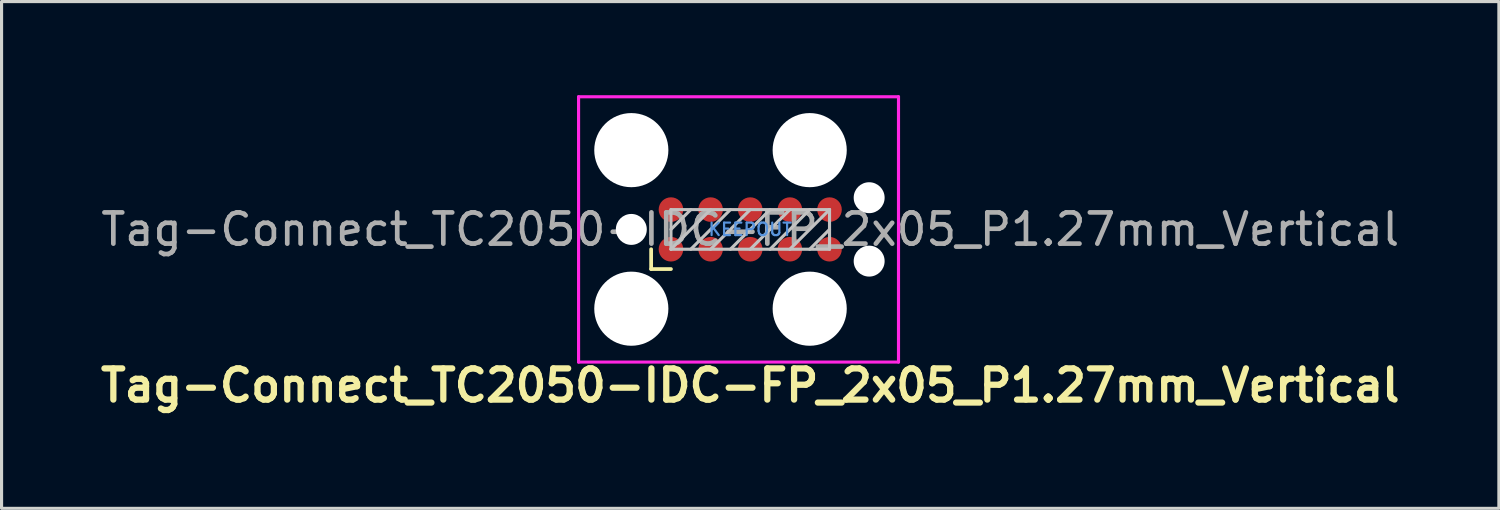
<source format=kicad_pcb>
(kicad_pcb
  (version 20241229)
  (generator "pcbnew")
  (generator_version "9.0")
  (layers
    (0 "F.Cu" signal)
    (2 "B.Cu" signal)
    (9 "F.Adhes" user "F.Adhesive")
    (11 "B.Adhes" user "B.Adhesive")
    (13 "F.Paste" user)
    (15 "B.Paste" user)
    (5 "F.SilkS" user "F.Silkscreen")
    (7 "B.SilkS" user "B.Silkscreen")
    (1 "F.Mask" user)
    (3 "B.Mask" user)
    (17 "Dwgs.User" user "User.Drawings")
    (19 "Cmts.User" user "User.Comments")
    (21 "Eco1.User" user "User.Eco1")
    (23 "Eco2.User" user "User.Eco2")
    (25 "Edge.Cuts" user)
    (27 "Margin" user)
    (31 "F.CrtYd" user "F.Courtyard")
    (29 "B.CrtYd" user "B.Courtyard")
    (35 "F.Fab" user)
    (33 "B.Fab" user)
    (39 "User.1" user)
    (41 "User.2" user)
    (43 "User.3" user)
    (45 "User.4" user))
  (footprint "Tag-Connect_TC2050-IDC-FP_2x05_P1.27mm_Vertical"
    (layer "F.Cu")
    (at 20.986 4.3)
    (property "Reference" "Tag-Connect_TC2050-IDC-FP_2x05_P1.27mm_Vertical" (at 0 5 0) (layer "F.SilkS") (effects (font (size 1 1) (thickness 0.2))))
    (attr exclude_from_pos_files exclude_from_bom)
    (fp_line (start -3.175 1.27) (end -3.175 0.635) (stroke (width 0.12) (type solid)) (layer "F.SilkS"))
    (fp_line (start -2.54 1.27) (end -3.175 1.27) (stroke (width 0.12) (type solid)) (layer "F.SilkS"))
    (fp_line (start -2.54 -0.635) (end 2.54 -0.635) (stroke (width 0.1) (type solid)) (layer "Dwgs.User"))
    (fp_line (start -2.54 0) (end -1.905 -0.635) (stroke (width 0.1) (type solid)) (layer "Dwgs.User"))
    (fp_line (start -2.54 0.635) (end -2.54 -0.635) (stroke (width 0.1) (type solid)) (layer "Dwgs.User"))
    (fp_line (start -2.54 0.635) (end -1.27 -0.635) (stroke (width 0.1) (type solid)) (layer "Dwgs.User"))
    (fp_line (start -1.905 0.635) (end -0.635 -0.635) (stroke (width 0.1) (type solid)) (layer "Dwgs.User"))
    (fp_line (start -1.27 0.635) (end 0 -0.635) (stroke (width 0.1) (type solid)) (layer "Dwgs.User"))
    (fp_line (start -0.635 0.635) (end 0.635 -0.635) (stroke (width 0.1) (type solid)) (layer "Dwgs.User"))
    (fp_line (start 0 0.635) (end 1.27 -0.635) (stroke (width 0.1) (type solid)) (layer "Dwgs.User"))
    (fp_line (start 0.635 0.635) (end 1.905 -0.635) (stroke (width 0.1) (type solid)) (layer "Dwgs.User"))
    (fp_line (start 1.27 0.635) (end 2.54 -0.635) (stroke (width 0.1) (type solid)) (layer "Dwgs.User"))
    (fp_line (start 1.905 0.635) (end 2.54 0) (stroke (width 0.1) (type solid)) (layer "Dwgs.User"))
    (fp_line (start 2.54 -0.635) (end 2.54 0.635) (stroke (width 0.1) (type solid)) (layer "Dwgs.User"))
    (fp_line (start 2.54 0.635) (end -2.54 0.635) (stroke (width 0.1) (type solid)) (layer "Dwgs.User"))
    (fp_line (start -5.5 -4.25) (end 4.75 -4.25) (stroke (width 0.1) (type solid)) (layer "F.CrtYd"))
    (fp_line (start -5.5 4.25) (end -5.5 -4.25) (stroke (width 0.1) (type solid)) (layer "F.CrtYd"))
    (fp_line (start 4.75 -4.25) (end 4.75 4.25) (stroke (width 0.1) (type solid)) (layer "F.CrtYd"))
    (fp_line (start 4.75 4.25) (end -5.5 4.25) (stroke (width 0.1) (type solid)) (layer "F.CrtYd"))
    (fp_text user "KEEPOUT" (at 0 0 0) (layer "Cmts.User") (effects (font (size 0.4 0.4) (thickness 0.07))))
    (fp_text user "${REFERENCE}" (at 0 0 0) (layer "F.Fab") (effects (font (size 1 1) (thickness 0.15))))
    (pad "" np_thru_hole circle (at -3.81 -2.54) (size 2.375 2.375) (drill 2.375) (layers "*.Cu" "*.Mask"))
    (pad "" np_thru_hole circle (at -3.81 0) (size 0.991 0.991) (drill 0.991) (layers "*.Cu" "*.Mask"))
    (pad "" np_thru_hole circle (at -3.81 2.54) (size 2.375 2.375) (drill 2.375) (layers "*.Cu" "*.Mask"))
    (pad "" np_thru_hole circle (at 1.905 -2.54) (size 2.375 2.375) (drill 2.375) (layers "*.Cu" "*.Mask"))
    (pad "" np_thru_hole circle (at 1.905 2.54) (size 2.375 2.375) (drill 2.375) (layers "*.Cu" "*.Mask"))
    (pad "" np_thru_hole circle (at 3.81 -1.016) (size 0.991 0.991) (drill 0.991) (layers "*.Cu" "*.Mask"))
    (pad "" np_thru_hole circle (at 3.81 1.016) (size 0.991 0.991) (drill 0.991) (layers "*.Cu" "*.Mask"))
    (pad "1" connect circle (at -2.54 0.635) (size 0.787 0.787) (layers "F.Cu" "F.Mask"))
    (pad "2" connect circle (at -1.27 0.635) (size 0.787 0.787) (layers "F.Cu" "F.Mask"))
    (pad "3" connect circle (at 0 0.635) (size 0.787 0.787) (layers "F.Cu" "F.Mask"))
    (pad "4" connect circle (at 1.27 0.635) (size 0.787 0.787) (layers "F.Cu" "F.Mask"))
    (pad "5" connect circle (at 2.54 0.635) (size 0.787 0.787) (layers "F.Cu" "F.Mask"))
    (pad "6" connect circle (at 2.54 -0.635) (size 0.787 0.787) (layers "F.Cu" "F.Mask"))
    (pad "7" connect circle (at 1.27 -0.635) (size 0.787 0.787) (layers "F.Cu" "F.Mask"))
    (pad "8" connect circle (at 0 -0.635) (size 0.787 0.787) (layers "F.Cu" "F.Mask"))
    (pad "9" connect circle (at -1.27 -0.635) (size 0.787 0.787) (layers "F.Cu" "F.Mask"))
    (pad "10" connect circle (at -2.54 -0.635) (size 0.787 0.787) (layers "F.Cu" "F.Mask")))
  (gr_rect
    (start -3 -3)
    (end 44.971 13.236)
    (stroke (width 0.1) (type default))
    (fill no)
    (layer "Edge.Cuts")))
</source>
